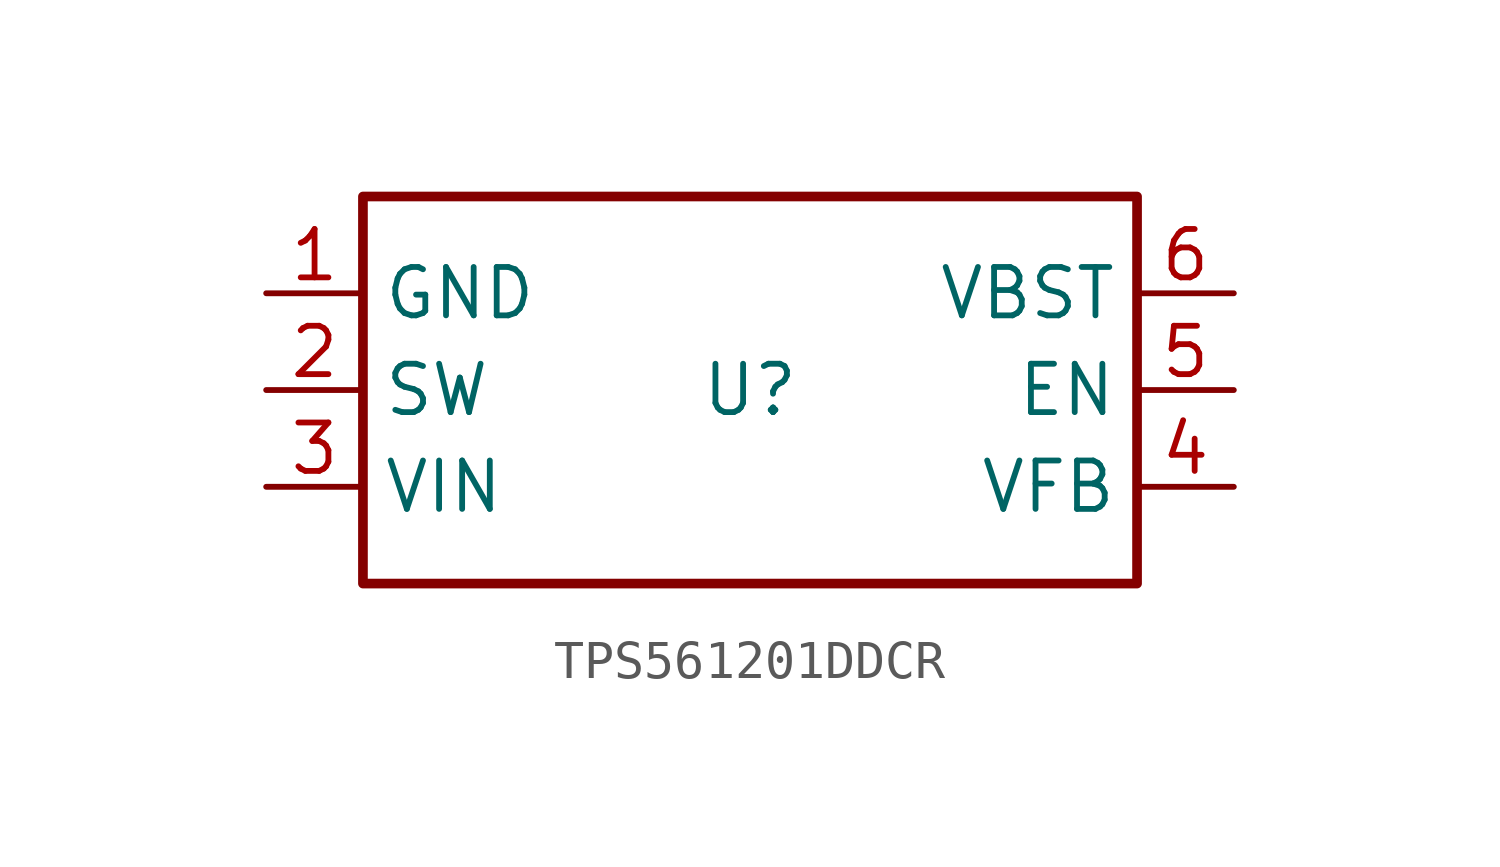
<source format=kicad_sym>
(kicad_symbol_lib
  (version 20241209)
  (generator "kicad_symbol_editor")
  (generator_version "9.0")
  (symbol "TPS561201DDCR"
    (property "Reference" "U"
      (at 0 0 0)
      (effects (font (size 1.27 1.27))))
    (property "Value" ""
      (at 0 0 0)
      (effects (font (size 1.27 1.27))))
    (symbol "TPS561201DDCR_1_0"
      (rectangle (start -10.16 5.08) (end 10.16 -5.08) (stroke (width 0.254) (type default)) (fill (type none)))
      (pin unspecified line (at -12.7 2.54 0) (length 2.54) (name "GND" (effects (font (size 1.27 1.27)))) (number "1" (effects (font (size 1.27 1.27)))))
      (pin unspecified line (at -12.7 0 0) (length 2.54) (name "SW" (effects (font (size 1.27 1.27)))) (number "2" (effects (font (size 1.27 1.27)))))
      (pin unspecified line (at -12.7 -2.54 0) (length 2.54) (name "VIN" (effects (font (size 1.27 1.27)))) (number "3" (effects (font (size 1.27 1.27)))))
      (pin unspecified line (at 12.7 2.54 180) (length 2.54) (name "VBST" (effects (font (size 1.27 1.27)))) (number "6" (effects (font (size 1.27 1.27)))))
      (pin unspecified line (at 12.7 0 180) (length 2.54) (name "EN" (effects (font (size 1.27 1.27)))) (number "5" (effects (font (size 1.27 1.27)))))
      (pin unspecified line (at 12.7 -2.54 180) (length 2.54) (name "VFB" (effects (font (size 1.27 1.27)))) (number "4" (effects (font (size 1.27 1.27))))))))
</source>
